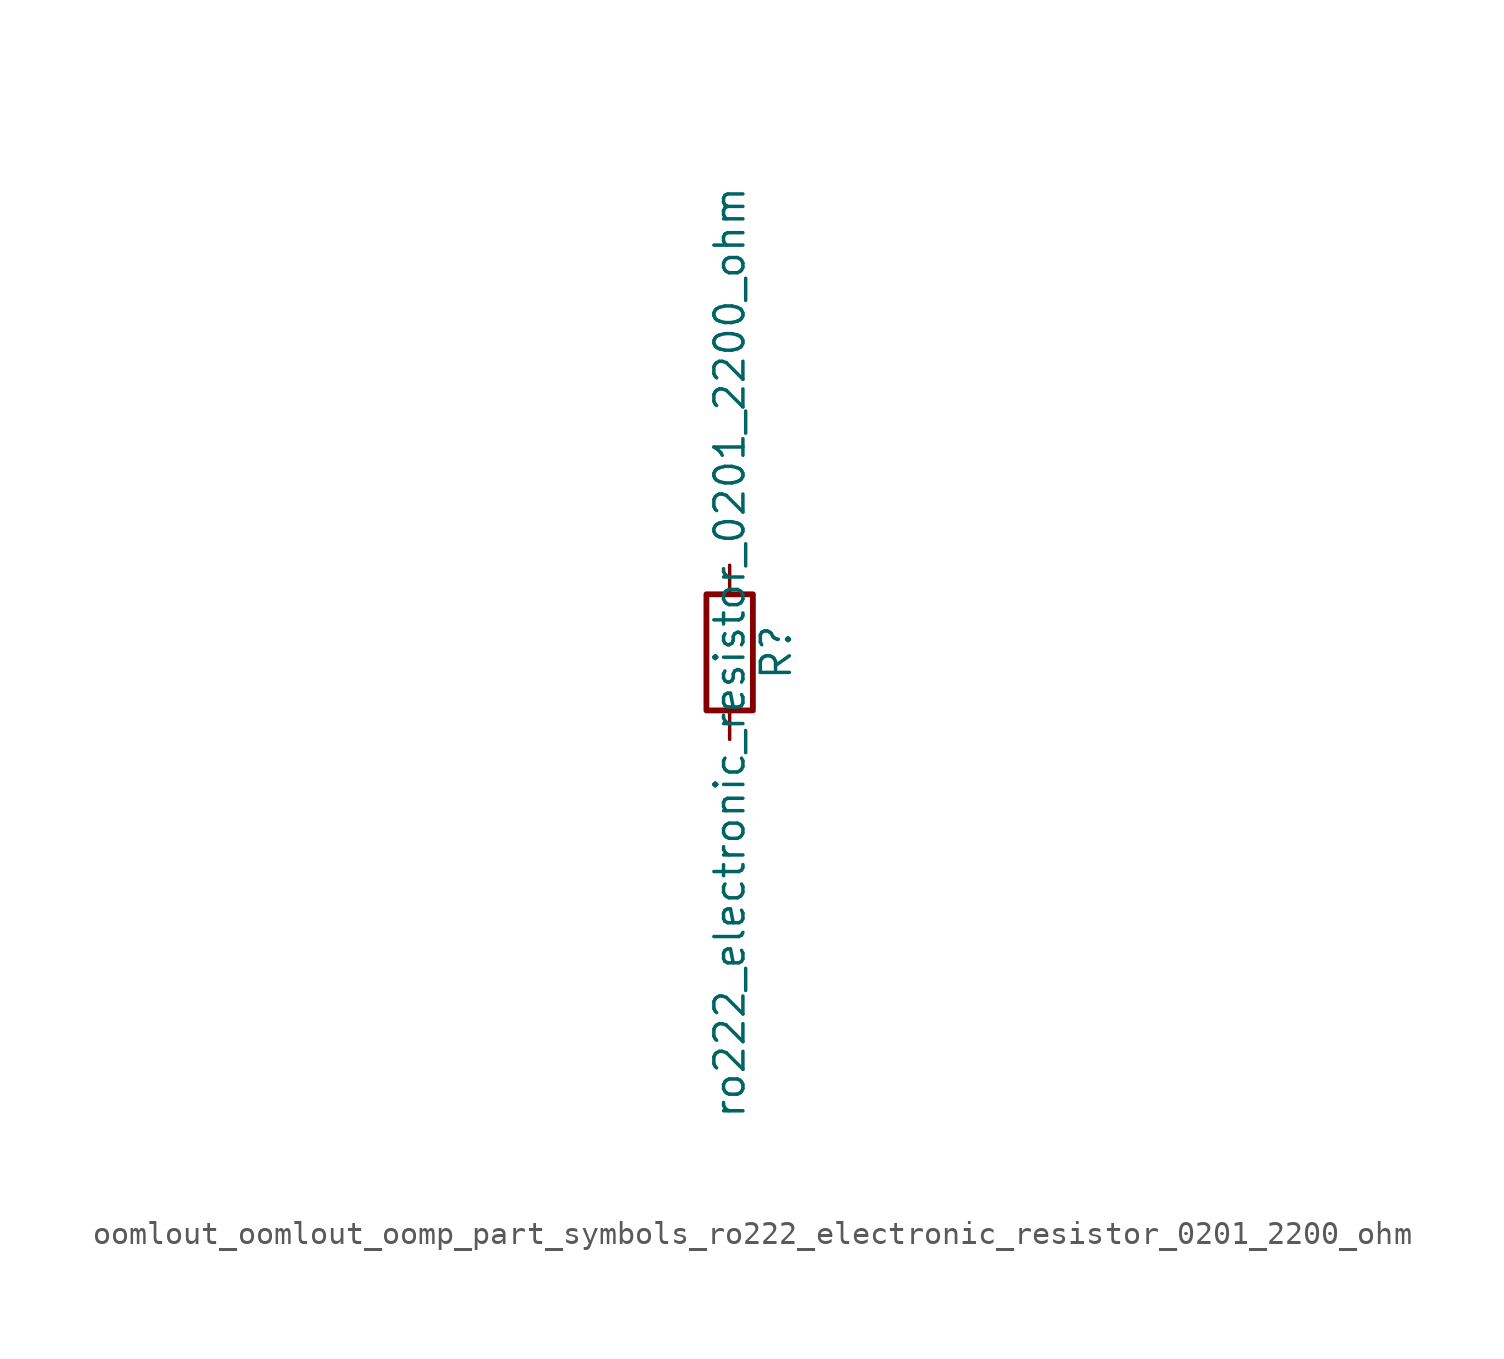
<source format=kicad_sym>
(kicad_symbol_lib
  (version 20220914)
  (generator kicad_symbol_editor)
  (symbol "oomlout_oomlout_oomp_part_symbols_ro222_electronic_resistor_0201_2200_ohm"
    (pin_numbers hide)
    (pin_names
      (offset 0))
    (property "Reference" "R"
      (at 2.032 0 90)
      (effects (font (size 1.27 1.27))))
    (property "Value" "ro222_electronic_resistor_0201_2200_ohm"
      (at 0 0 90)
      (effects (font (size 1.27 1.27))))
    (symbol "oomlout_oomlout_oomp_part_symbols_ro222_electronic_resistor_0201_2200_ohm_0_1"
      (rectangle (start -1.016 -2.54) (end 1.016 2.54) (stroke (width 0.254) (type default)) (fill (type none))))
    (symbol "oomlout_oomlout_oomp_part_symbols_ro222_electronic_resistor_0201_2200_ohm_1_1"
      (pin passive line (at 0 3.81 270) (length 1.27) (name "~" (effects (font (size 1.27 1.27)))) (number "1" (effects (font (size 1.27 1.27)))))
      (pin passive line (at 0 -3.81 90) (length 1.27) (name "~" (effects (font (size 1.27 1.27)))) (number "2" (effects (font (size 1.27 1.27))))))))
</source>
